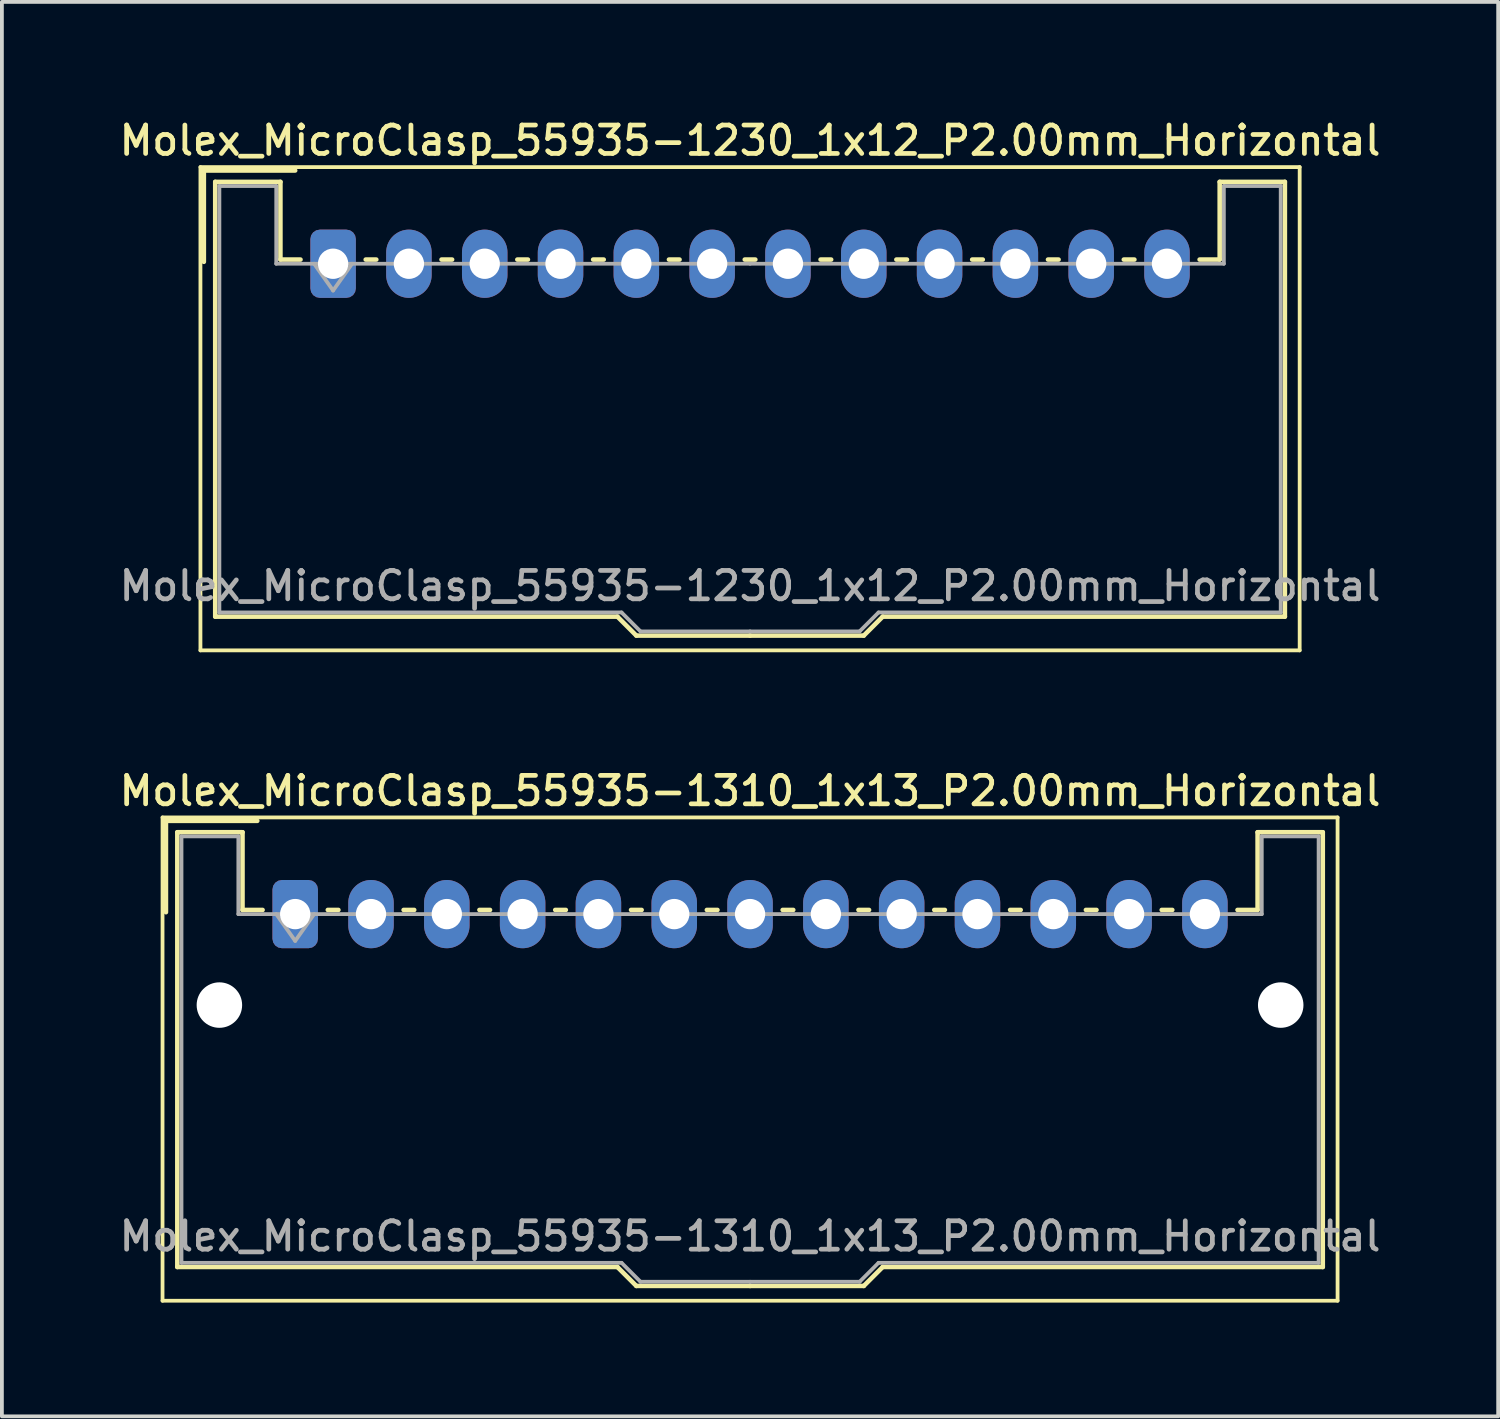
<source format=kicad_pcb>
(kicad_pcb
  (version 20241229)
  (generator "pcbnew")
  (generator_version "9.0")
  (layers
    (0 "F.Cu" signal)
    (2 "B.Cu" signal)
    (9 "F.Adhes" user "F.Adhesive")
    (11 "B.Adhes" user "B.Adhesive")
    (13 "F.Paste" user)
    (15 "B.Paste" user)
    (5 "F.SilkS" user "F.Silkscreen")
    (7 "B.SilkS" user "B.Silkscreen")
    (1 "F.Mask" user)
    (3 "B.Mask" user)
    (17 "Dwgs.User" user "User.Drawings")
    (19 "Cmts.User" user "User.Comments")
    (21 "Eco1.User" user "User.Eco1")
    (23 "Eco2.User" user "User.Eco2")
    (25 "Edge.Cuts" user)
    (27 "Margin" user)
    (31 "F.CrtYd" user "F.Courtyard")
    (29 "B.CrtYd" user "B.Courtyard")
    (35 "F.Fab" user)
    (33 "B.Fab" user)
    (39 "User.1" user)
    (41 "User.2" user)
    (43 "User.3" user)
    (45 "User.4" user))
  (footprint "Molex_MicroClasp_55935-1230_1x12_P2.00mm_Horizontal"
    (layer "F.Cu")
    (at 5.738 3.908)
    (property "Reference" "Molex_MicroClasp_55935-1230_1x12_P2.00mm_Horizontal" (at 11 -3.25 0) (layer "F.SilkS") (effects (font (size 0.75 0.75) (thickness 0.125))))
    (attr through_hole)
    (fp_line (start -3.5 -2.55) (end -3.5 10.2) (stroke (width 0.1) (type solid)) (layer "F.SilkS"))
    (fp_line (start -3.5 10.2) (end 25.5 10.2) (stroke (width 0.1) (type solid)) (layer "F.SilkS"))
    (fp_line (start -3.41 -2.46) (end -1 -2.46) (stroke (width 0.12) (type solid)) (layer "F.SilkS"))
    (fp_line (start -3.41 -0.05) (end -3.41 -2.46) (stroke (width 0.12) (type solid)) (layer "F.SilkS"))
    (fp_line (start -3.11 -2.16) (end -1.39 -2.16) (stroke (width 0.12) (type solid)) (layer "F.SilkS"))
    (fp_line (start -3.11 9.31) (end -3.11 -2.16) (stroke (width 0.12) (type solid)) (layer "F.SilkS"))
    (fp_line (start -1.39 -2.16) (end -1.39 -0.11) (stroke (width 0.12) (type solid)) (layer "F.SilkS"))
    (fp_line (start -1.39 -0.11) (end -0.86 -0.11) (stroke (width 0.12) (type solid)) (layer "F.SilkS"))
    (fp_line (start 0.86 -0.11) (end 1.14 -0.11) (stroke (width 0.12) (type solid)) (layer "F.SilkS"))
    (fp_line (start 2.86 -0.11) (end 3.14 -0.11) (stroke (width 0.12) (type solid)) (layer "F.SilkS"))
    (fp_line (start 4.86 -0.11) (end 5.14 -0.11) (stroke (width 0.12) (type solid)) (layer "F.SilkS"))
    (fp_line (start 6.86 -0.11) (end 7.14 -0.11) (stroke (width 0.12) (type solid)) (layer "F.SilkS"))
    (fp_line (start 7.5 9.31) (end -3.11 9.31) (stroke (width 0.12) (type solid)) (layer "F.SilkS"))
    (fp_line (start 8 9.81) (end 7.5 9.31) (stroke (width 0.12) (type solid)) (layer "F.SilkS"))
    (fp_line (start 8.86 -0.11) (end 9.14 -0.11) (stroke (width 0.12) (type solid)) (layer "F.SilkS"))
    (fp_line (start 10.86 -0.11) (end 11.14 -0.11) (stroke (width 0.12) (type solid)) (layer "F.SilkS"))
    (fp_line (start 11 9.81) (end 8 9.81) (stroke (width 0.12) (type solid)) (layer "F.SilkS"))
    (fp_line (start 11 9.81) (end 14 9.81) (stroke (width 0.12) (type solid)) (layer "F.SilkS"))
    (fp_line (start 12.86 -0.11) (end 13.14 -0.11) (stroke (width 0.12) (type solid)) (layer "F.SilkS"))
    (fp_line (start 14 9.81) (end 14.5 9.31) (stroke (width 0.12) (type solid)) (layer "F.SilkS"))
    (fp_line (start 14.5 9.31) (end 25.11 9.31) (stroke (width 0.12) (type solid)) (layer "F.SilkS"))
    (fp_line (start 14.86 -0.11) (end 15.14 -0.11) (stroke (width 0.12) (type solid)) (layer "F.SilkS"))
    (fp_line (start 16.86 -0.11) (end 17.14 -0.11) (stroke (width 0.12) (type solid)) (layer "F.SilkS"))
    (fp_line (start 18.86 -0.11) (end 19.14 -0.11) (stroke (width 0.12) (type solid)) (layer "F.SilkS"))
    (fp_line (start 20.86 -0.11) (end 21.14 -0.11) (stroke (width 0.12) (type solid)) (layer "F.SilkS"))
    (fp_line (start 23.39 -2.16) (end 23.39 -0.11) (stroke (width 0.12) (type solid)) (layer "F.SilkS"))
    (fp_line (start 23.39 -0.11) (end 22.86 -0.11) (stroke (width 0.12) (type solid)) (layer "F.SilkS"))
    (fp_line (start 25.11 -2.16) (end 23.39 -2.16) (stroke (width 0.12) (type solid)) (layer "F.SilkS"))
    (fp_line (start 25.11 9.31) (end 25.11 -2.16) (stroke (width 0.12) (type solid)) (layer "F.SilkS"))
    (fp_line (start 25.5 -2.55) (end -3.5 -2.55) (stroke (width 0.1) (type solid)) (layer "F.SilkS"))
    (fp_line (start 25.5 10.2) (end 25.5 -2.55) (stroke (width 0.1) (type solid)) (layer "F.SilkS"))
    (fp_line (start -3 -2.05) (end -1.5 -2.05) (stroke (width 0.1) (type solid)) (layer "F.Fab"))
    (fp_line (start -3 9.2) (end -3 -2.05) (stroke (width 0.1) (type solid)) (layer "F.Fab"))
    (fp_line (start -1.5 -2.05) (end -1.5 0) (stroke (width 0.1) (type solid)) (layer "F.Fab"))
    (fp_line (start -1.5 0) (end 11 0) (stroke (width 0.1) (type solid)) (layer "F.Fab"))
    (fp_line (start -0.5 0) (end 0 0.707) (stroke (width 0.1) (type solid)) (layer "F.Fab"))
    (fp_line (start 0 0.707) (end 0.5 0) (stroke (width 0.1) (type solid)) (layer "F.Fab"))
    (fp_line (start 7.61 9.2) (end -3 9.2) (stroke (width 0.1) (type solid)) (layer "F.Fab"))
    (fp_line (start 8.11 9.7) (end 7.61 9.2) (stroke (width 0.1) (type solid)) (layer "F.Fab"))
    (fp_line (start 11 9.7) (end 8.11 9.7) (stroke (width 0.1) (type solid)) (layer "F.Fab"))
    (fp_line (start 11 9.7) (end 13.89 9.7) (stroke (width 0.1) (type solid)) (layer "F.Fab"))
    (fp_line (start 13.89 9.7) (end 14.39 9.2) (stroke (width 0.1) (type solid)) (layer "F.Fab"))
    (fp_line (start 14.39 9.2) (end 25 9.2) (stroke (width 0.1) (type solid)) (layer "F.Fab"))
    (fp_line (start 23.5 -2.05) (end 23.5 0) (stroke (width 0.1) (type solid)) (layer "F.Fab"))
    (fp_line (start 23.5 0) (end 11 0) (stroke (width 0.1) (type solid)) (layer "F.Fab"))
    (fp_line (start 25 -2.05) (end 23.5 -2.05) (stroke (width 0.1) (type solid)) (layer "F.Fab"))
    (fp_line (start 25 9.2) (end 25 -2.05) (stroke (width 0.1) (type solid)) (layer "F.Fab"))
    (fp_text user "${REFERENCE}" (at 11 8.5 0) (layer "F.Fab") (effects (font (size 0.75 0.75) (thickness 0.125))))
    (pad "1" thru_hole roundrect (at 0 0) (size 1.2 1.8) (drill 0.8) (layers "*.Cu" "*.Mask") (roundrect_rratio 0.208))
    (pad "2" thru_hole oval (at 2 0) (size 1.2 1.8) (drill 0.8) (layers "*.Cu" "*.Mask"))
    (pad "3" thru_hole oval (at 4 0) (size 1.2 1.8) (drill 0.8) (layers "*.Cu" "*.Mask"))
    (pad "4" thru_hole oval (at 6 0) (size 1.2 1.8) (drill 0.8) (layers "*.Cu" "*.Mask"))
    (pad "5" thru_hole oval (at 8 0) (size 1.2 1.8) (drill 0.8) (layers "*.Cu" "*.Mask"))
    (pad "6" thru_hole oval (at 10 0) (size 1.2 1.8) (drill 0.8) (layers "*.Cu" "*.Mask"))
    (pad "7" thru_hole oval (at 12 0) (size 1.2 1.8) (drill 0.8) (layers "*.Cu" "*.Mask"))
    (pad "8" thru_hole oval (at 14 0) (size 1.2 1.8) (drill 0.8) (layers "*.Cu" "*.Mask"))
    (pad "9" thru_hole oval (at 16 0) (size 1.2 1.8) (drill 0.8) (layers "*.Cu" "*.Mask"))
    (pad "10" thru_hole oval (at 18 0) (size 1.2 1.8) (drill 0.8) (layers "*.Cu" "*.Mask"))
    (pad "11" thru_hole oval (at 20 0) (size 1.2 1.8) (drill 0.8) (layers "*.Cu" "*.Mask"))
    (pad "12" thru_hole oval (at 22 0) (size 1.2 1.8) (drill 0.8) (layers "*.Cu" "*.Mask")))
  (footprint "Molex_MicroClasp_55935-1310_1x13_P2.00mm_Horizontal"
    (layer "F.Cu")
    (at 4.738 21.066)
    (property "Reference" "Molex_MicroClasp_55935-1310_1x13_P2.00mm_Horizontal" (at 12 -3.25 0) (layer "F.SilkS") (effects (font (size 0.75 0.75) (thickness 0.125))))
    (attr through_hole)
    (fp_line (start -3.5 -2.55) (end -3.5 10.2) (stroke (width 0.1) (type solid)) (layer "F.SilkS"))
    (fp_line (start -3.5 10.2) (end 27.5 10.2) (stroke (width 0.1) (type solid)) (layer "F.SilkS"))
    (fp_line (start -3.41 -2.46) (end -1 -2.46) (stroke (width 0.12) (type solid)) (layer "F.SilkS"))
    (fp_line (start -3.41 -0.05) (end -3.41 -2.46) (stroke (width 0.12) (type solid)) (layer "F.SilkS"))
    (fp_line (start -3.11 -2.16) (end -1.39 -2.16) (stroke (width 0.12) (type solid)) (layer "F.SilkS"))
    (fp_line (start -3.11 9.31) (end -3.11 -2.16) (stroke (width 0.12) (type solid)) (layer "F.SilkS"))
    (fp_line (start -1.39 -2.16) (end -1.39 -0.11) (stroke (width 0.12) (type solid)) (layer "F.SilkS"))
    (fp_line (start -1.39 -0.11) (end -0.86 -0.11) (stroke (width 0.12) (type solid)) (layer "F.SilkS"))
    (fp_line (start 0.86 -0.11) (end 1.14 -0.11) (stroke (width 0.12) (type solid)) (layer "F.SilkS"))
    (fp_line (start 2.86 -0.11) (end 3.14 -0.11) (stroke (width 0.12) (type solid)) (layer "F.SilkS"))
    (fp_line (start 4.86 -0.11) (end 5.14 -0.11) (stroke (width 0.12) (type solid)) (layer "F.SilkS"))
    (fp_line (start 6.86 -0.11) (end 7.14 -0.11) (stroke (width 0.12) (type solid)) (layer "F.SilkS"))
    (fp_line (start 8.5 9.31) (end -3.11 9.31) (stroke (width 0.12) (type solid)) (layer "F.SilkS"))
    (fp_line (start 8.86 -0.11) (end 9.14 -0.11) (stroke (width 0.12) (type solid)) (layer "F.SilkS"))
    (fp_line (start 9 9.81) (end 8.5 9.31) (stroke (width 0.12) (type solid)) (layer "F.SilkS"))
    (fp_line (start 10.86 -0.11) (end 11.14 -0.11) (stroke (width 0.12) (type solid)) (layer "F.SilkS"))
    (fp_line (start 12 9.81) (end 9 9.81) (stroke (width 0.12) (type solid)) (layer "F.SilkS"))
    (fp_line (start 12 9.81) (end 15 9.81) (stroke (width 0.12) (type solid)) (layer "F.SilkS"))
    (fp_line (start 12.86 -0.11) (end 13.14 -0.11) (stroke (width 0.12) (type solid)) (layer "F.SilkS"))
    (fp_line (start 14.86 -0.11) (end 15.14 -0.11) (stroke (width 0.12) (type solid)) (layer "F.SilkS"))
    (fp_line (start 15 9.81) (end 15.5 9.31) (stroke (width 0.12) (type solid)) (layer "F.SilkS"))
    (fp_line (start 15.5 9.31) (end 27.11 9.31) (stroke (width 0.12) (type solid)) (layer "F.SilkS"))
    (fp_line (start 16.86 -0.11) (end 17.14 -0.11) (stroke (width 0.12) (type solid)) (layer "F.SilkS"))
    (fp_line (start 18.86 -0.11) (end 19.14 -0.11) (stroke (width 0.12) (type solid)) (layer "F.SilkS"))
    (fp_line (start 20.86 -0.11) (end 21.14 -0.11) (stroke (width 0.12) (type solid)) (layer "F.SilkS"))
    (fp_line (start 22.86 -0.11) (end 23.14 -0.11) (stroke (width 0.12) (type solid)) (layer "F.SilkS"))
    (fp_line (start 25.39 -2.16) (end 25.39 -0.11) (stroke (width 0.12) (type solid)) (layer "F.SilkS"))
    (fp_line (start 25.39 -0.11) (end 24.86 -0.11) (stroke (width 0.12) (type solid)) (layer "F.SilkS"))
    (fp_line (start 27.11 -2.16) (end 25.39 -2.16) (stroke (width 0.12) (type solid)) (layer "F.SilkS"))
    (fp_line (start 27.11 9.31) (end 27.11 -2.16) (stroke (width 0.12) (type solid)) (layer "F.SilkS"))
    (fp_line (start 27.5 -2.55) (end -3.5 -2.55) (stroke (width 0.1) (type solid)) (layer "F.SilkS"))
    (fp_line (start 27.5 10.2) (end 27.5 -2.55) (stroke (width 0.1) (type solid)) (layer "F.SilkS"))
    (fp_line (start -3 -2.05) (end -1.5 -2.05) (stroke (width 0.1) (type solid)) (layer "F.Fab"))
    (fp_line (start -3 9.2) (end -3 -2.05) (stroke (width 0.1) (type solid)) (layer "F.Fab"))
    (fp_line (start -1.5 -2.05) (end -1.5 0) (stroke (width 0.1) (type solid)) (layer "F.Fab"))
    (fp_line (start -1.5 0) (end 12 0) (stroke (width 0.1) (type solid)) (layer "F.Fab"))
    (fp_line (start -0.5 0) (end 0 0.707) (stroke (width 0.1) (type solid)) (layer "F.Fab"))
    (fp_line (start 0 0.707) (end 0.5 0) (stroke (width 0.1) (type solid)) (layer "F.Fab"))
    (fp_line (start 8.61 9.2) (end -3 9.2) (stroke (width 0.1) (type solid)) (layer "F.Fab"))
    (fp_line (start 9.11 9.7) (end 8.61 9.2) (stroke (width 0.1) (type solid)) (layer "F.Fab"))
    (fp_line (start 12 9.7) (end 9.11 9.7) (stroke (width 0.1) (type solid)) (layer "F.Fab"))
    (fp_line (start 12 9.7) (end 14.89 9.7) (stroke (width 0.1) (type solid)) (layer "F.Fab"))
    (fp_line (start 14.89 9.7) (end 15.39 9.2) (stroke (width 0.1) (type solid)) (layer "F.Fab"))
    (fp_line (start 15.39 9.2) (end 27 9.2) (stroke (width 0.1) (type solid)) (layer "F.Fab"))
    (fp_line (start 25.5 -2.05) (end 25.5 0) (stroke (width 0.1) (type solid)) (layer "F.Fab"))
    (fp_line (start 25.5 0) (end 12 0) (stroke (width 0.1) (type solid)) (layer "F.Fab"))
    (fp_line (start 27 -2.05) (end 25.5 -2.05) (stroke (width 0.1) (type solid)) (layer "F.Fab"))
    (fp_line (start 27 9.2) (end 27 -2.05) (stroke (width 0.1) (type solid)) (layer "F.Fab"))
    (fp_text user "${REFERENCE}" (at 12 8.5 0) (layer "F.Fab") (effects (font (size 0.75 0.75) (thickness 0.125))))
    (pad "" np_thru_hole circle (at -2 2.4) (size 1.2 1.2) (drill 1.2) (layers "*.Cu" "*.Mask"))
    (pad "" np_thru_hole circle (at 26 2.4) (size 1.2 1.2) (drill 1.2) (layers "*.Cu" "*.Mask"))
    (pad "1" thru_hole roundrect (at 0 0) (size 1.2 1.8) (drill 0.8) (layers "*.Cu" "*.Mask") (roundrect_rratio 0.208))
    (pad "2" thru_hole oval (at 2 0) (size 1.2 1.8) (drill 0.8) (layers "*.Cu" "*.Mask"))
    (pad "3" thru_hole oval (at 4 0) (size 1.2 1.8) (drill 0.8) (layers "*.Cu" "*.Mask"))
    (pad "4" thru_hole oval (at 6 0) (size 1.2 1.8) (drill 0.8) (layers "*.Cu" "*.Mask"))
    (pad "5" thru_hole oval (at 8 0) (size 1.2 1.8) (drill 0.8) (layers "*.Cu" "*.Mask"))
    (pad "6" thru_hole oval (at 10 0) (size 1.2 1.8) (drill 0.8) (layers "*.Cu" "*.Mask"))
    (pad "7" thru_hole oval (at 12 0) (size 1.2 1.8) (drill 0.8) (layers "*.Cu" "*.Mask"))
    (pad "8" thru_hole oval (at 14 0) (size 1.2 1.8) (drill 0.8) (layers "*.Cu" "*.Mask"))
    (pad "9" thru_hole oval (at 16 0) (size 1.2 1.8) (drill 0.8) (layers "*.Cu" "*.Mask"))
    (pad "10" thru_hole oval (at 18 0) (size 1.2 1.8) (drill 0.8) (layers "*.Cu" "*.Mask"))
    (pad "11" thru_hole oval (at 20 0) (size 1.2 1.8) (drill 0.8) (layers "*.Cu" "*.Mask"))
    (pad "12" thru_hole oval (at 22 0) (size 1.2 1.8) (drill 0.8) (layers "*.Cu" "*.Mask"))
    (pad "13" thru_hole oval (at 24 0) (size 1.2 1.8) (drill 0.8) (layers "*.Cu" "*.Mask")))
  (gr_rect
    (start -3 -3)
    (end 36.475 34.316)
    (stroke (width 0.1) (type default))
    (fill no)
    (layer "Edge.Cuts")))
</source>
